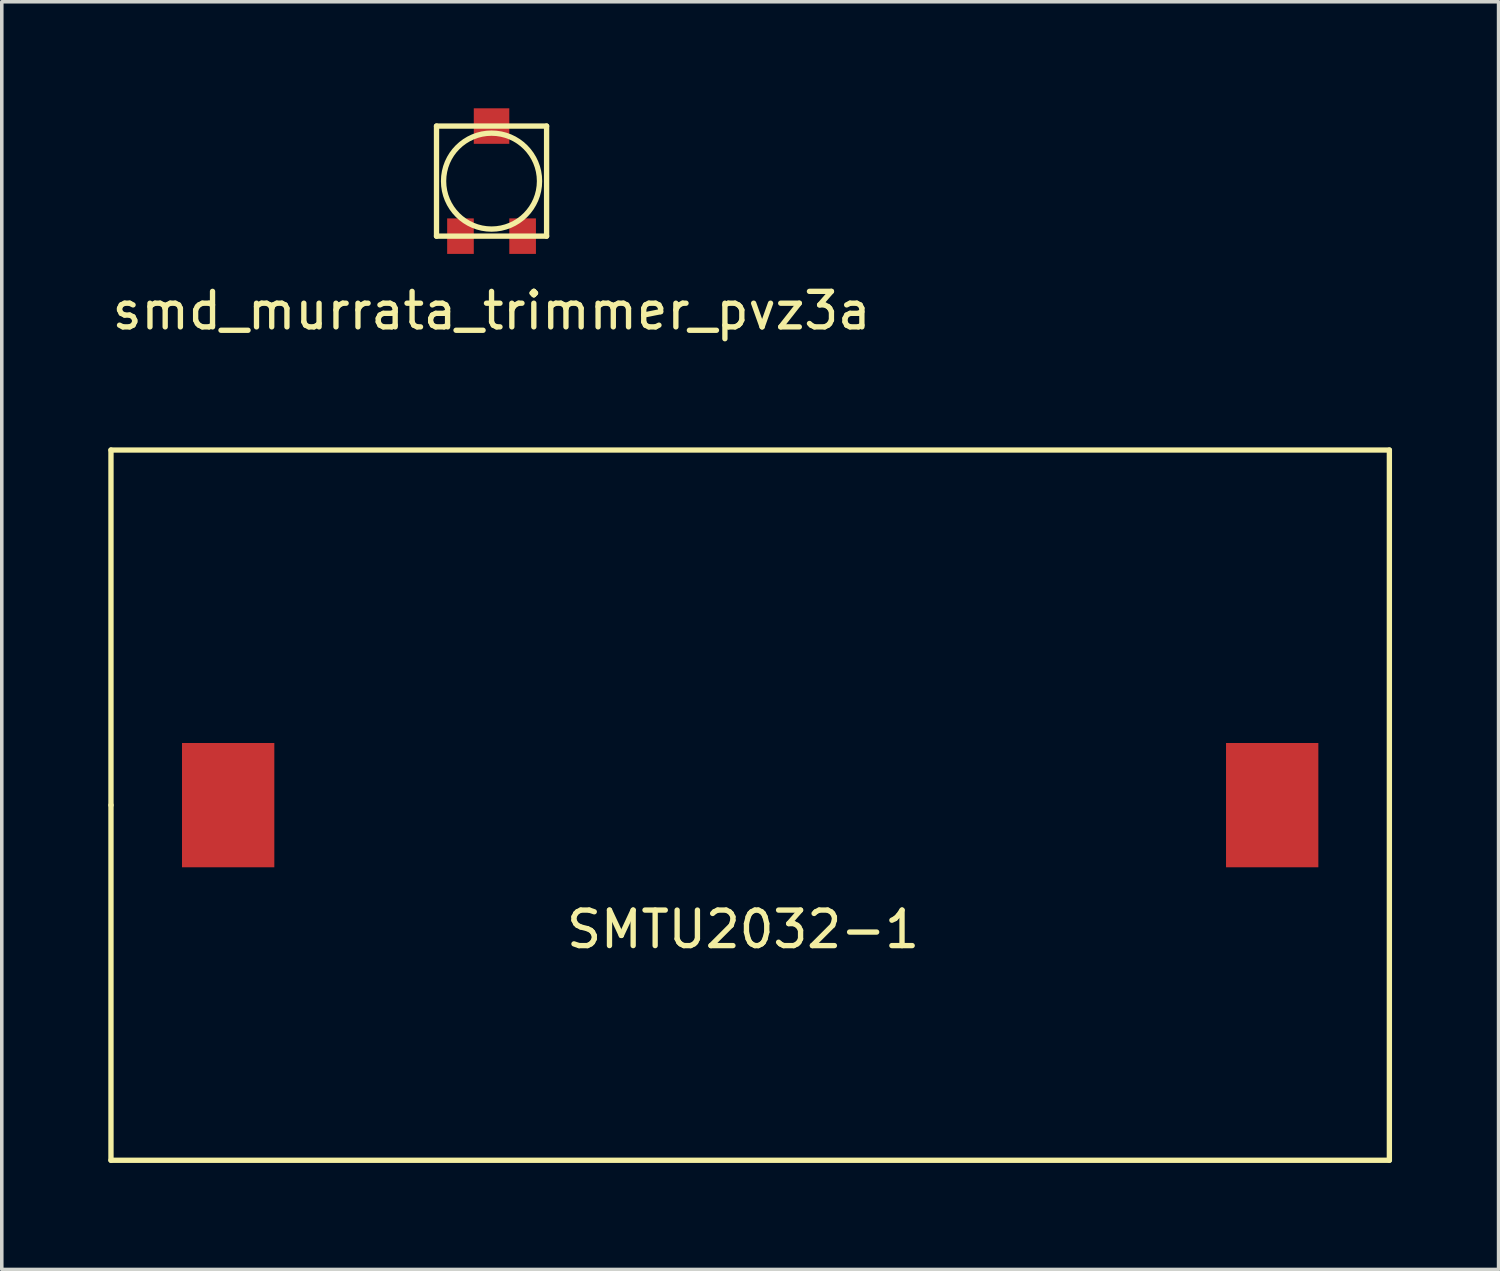
<source format=kicad_pcb>
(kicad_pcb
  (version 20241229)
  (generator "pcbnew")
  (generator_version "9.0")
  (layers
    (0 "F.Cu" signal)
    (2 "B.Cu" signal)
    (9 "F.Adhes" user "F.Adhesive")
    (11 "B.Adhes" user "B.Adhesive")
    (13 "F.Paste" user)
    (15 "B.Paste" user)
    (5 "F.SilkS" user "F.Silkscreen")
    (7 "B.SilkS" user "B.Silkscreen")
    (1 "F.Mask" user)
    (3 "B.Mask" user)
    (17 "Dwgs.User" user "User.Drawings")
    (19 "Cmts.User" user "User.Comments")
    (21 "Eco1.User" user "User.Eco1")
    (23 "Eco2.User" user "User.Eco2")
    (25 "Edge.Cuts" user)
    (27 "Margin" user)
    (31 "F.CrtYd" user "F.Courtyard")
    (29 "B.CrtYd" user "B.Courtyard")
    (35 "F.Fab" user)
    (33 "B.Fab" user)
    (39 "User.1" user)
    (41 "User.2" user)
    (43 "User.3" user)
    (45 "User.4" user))
  (footprint "smd_murrata_trimmer_pvz3a"
    (layer "F.Cu")
    (at 10.792 5.2)
    (property "Reference" "smd_murrata_trimmer_pvz3a" (at 0 0.5 0) (layer "F.SilkS") (effects (font (size 1 1) (thickness 0.15))))
    (attr through_hole)
    (fp_line (start -1.55 -4.7) (end -1.55 -1.6) (stroke (width 0.15) (type solid)) (layer "F.SilkS"))
    (fp_line (start -1.55 -1.6) (end 1.55 -1.6) (stroke (width 0.15) (type solid)) (layer "F.SilkS"))
    (fp_line (start 1.55 -4.7) (end -1.55 -4.7) (stroke (width 0.15) (type solid)) (layer "F.SilkS"))
    (fp_line (start 1.55 -1.6) (end 1.55 -4.7) (stroke (width 0.15) (type solid)) (layer "F.SilkS"))
    (fp_circle (center 0 -3.15) (end -0.05 -1.8) (stroke (width 0.15) (type solid)) (fill no) (layer "F.SilkS"))
    (pad "1" smd rect (at -0.875 -1.6) (size 0.75 1) (layers "F.Cu" "F.Mask" "F.Paste"))
    (pad "2" smd rect (at 0 -4.7) (size 1 1) (layers "F.Cu" "F.Mask" "F.Paste"))
    (pad "3" smd rect (at 0.875 -1.6) (size 0.75 1) (layers "F.Cu" "F.Mask" "F.Paste")))
  (footprint "SMTU2032-1"
    (layer "F.Cu")
    (at 18.075 19.623)
    (property "Reference" "SMTU2032-1" (at -0.2 3.5 0) (layer "F.SilkS") (effects (font (size 1 1) (thickness 0.15))))
    (attr through_hole)
    (fp_line (start -18 -10) (end 18 -10) (stroke (width 0.15) (type solid)) (layer "F.SilkS"))
    (fp_line (start -18 0) (end -18 -10) (stroke (width 0.15) (type solid)) (layer "F.SilkS"))
    (fp_line (start -18 10) (end -18 0) (stroke (width 0.15) (type solid)) (layer "F.SilkS"))
    (fp_line (start 18 -10) (end 18 10) (stroke (width 0.15) (type solid)) (layer "F.SilkS"))
    (fp_line (start 18 10) (end -18 10) (stroke (width 0.15) (type solid)) (layer "F.SilkS"))
    (pad "1" smd rect (at -14.7 0) (size 2.6 3.5) (layers "F.Cu" "F.Mask" "F.Paste"))
    (pad "2" smd rect (at 14.7 0) (size 2.6 3.5) (layers "F.Cu" "F.Mask" "F.Paste")))
  (gr_rect
    (start -3 -3)
    (end 39.15 32.698)
    (stroke (width 0.1) (type default))
    (fill no)
    (layer "Edge.Cuts")))
</source>
